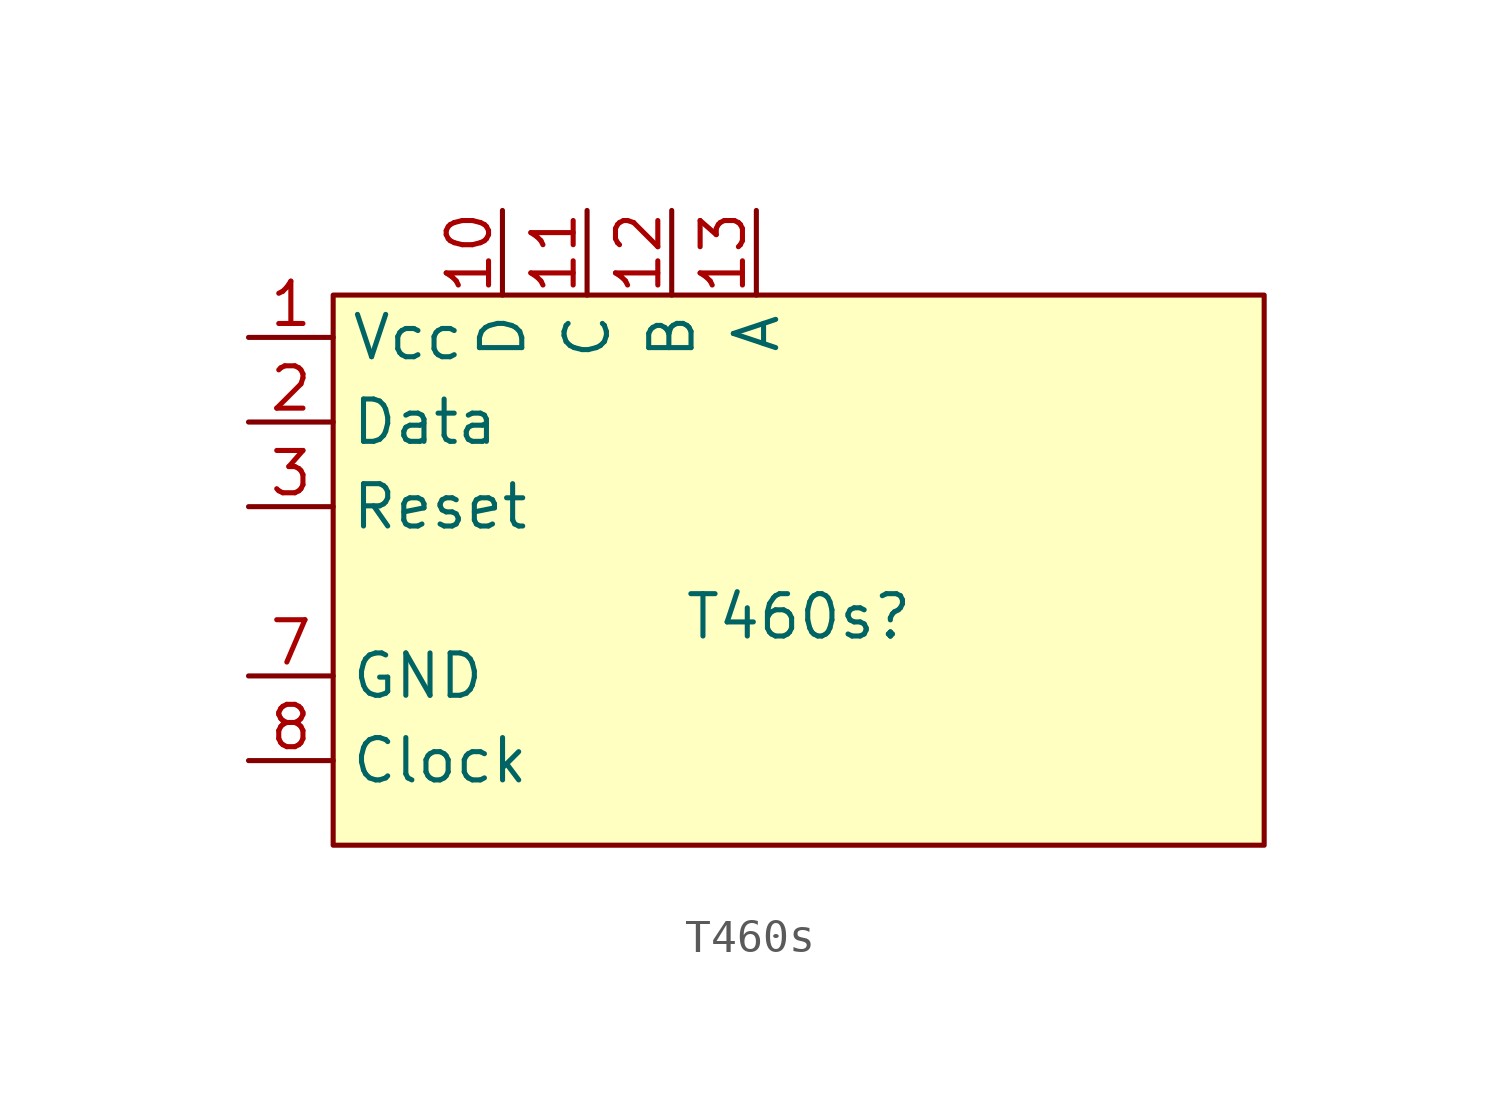
<source format=kicad_sym>
(kicad_symbol_lib
  (version 20231120)
  (generator "kicad_symbol_editor")
  (generator_version "8.0")
  (symbol "T460s"
    (property "Reference" "T460s"
      (at 0 -0.762 0)
      (effects (font (size 1.27 1.27))))
    (property "Value" ""
      (at 0.254 0.254 0)
      (effects (font (size 1.27 1.27))))
    (symbol "T460s_1_1"
      (rectangle (start -13.97 8.89) (end 13.97 -7.62) (stroke (width 0) (type default)) (fill (type background)))
      (pin power_in line (at -16.51 7.62 0) (length 2.54) (name "Vcc" (effects (font (size 1.27 1.27)))) (number "1" (effects (font (size 1.27 1.27)))))
      (pin bidirectional line (at -8.89 11.43 270) (length 2.54) (name "D" (effects (font (size 1.27 1.27)))) (number "10" (effects (font (size 1.27 1.27)))))
      (pin bidirectional line (at -6.35 11.43 270) (length 2.54) (name "C" (effects (font (size 1.27 1.27)))) (number "11" (effects (font (size 1.27 1.27)))))
      (pin bidirectional line (at -3.81 11.43 270) (length 2.54) (name "B" (effects (font (size 1.27 1.27)))) (number "12" (effects (font (size 1.27 1.27)))))
      (pin bidirectional line (at -1.27 11.43 270) (length 2.54) (name "A" (effects (font (size 1.27 1.27)))) (number "13" (effects (font (size 1.27 1.27)))))
      (pin bidirectional line (at -16.51 5.08 0) (length 2.54) (name "Data" (effects (font (size 1.27 1.27)))) (number "2" (effects (font (size 1.27 1.27)))))
      (pin bidirectional line (at -16.51 2.54 0) (length 2.54) (name "Reset" (effects (font (size 1.27 1.27)))) (number "3" (effects (font (size 1.27 1.27)))))
      (pin power_in line (at -16.51 -2.54 0) (length 2.54) (name "GND" (effects (font (size 1.27 1.27)))) (number "7" (effects (font (size 1.27 1.27)))))
      (pin bidirectional line (at -16.51 -5.08 0) (length 2.54) (name "Clock" (effects (font (size 1.27 1.27)))) (number "8" (effects (font (size 1.27 1.27))))))))
</source>
